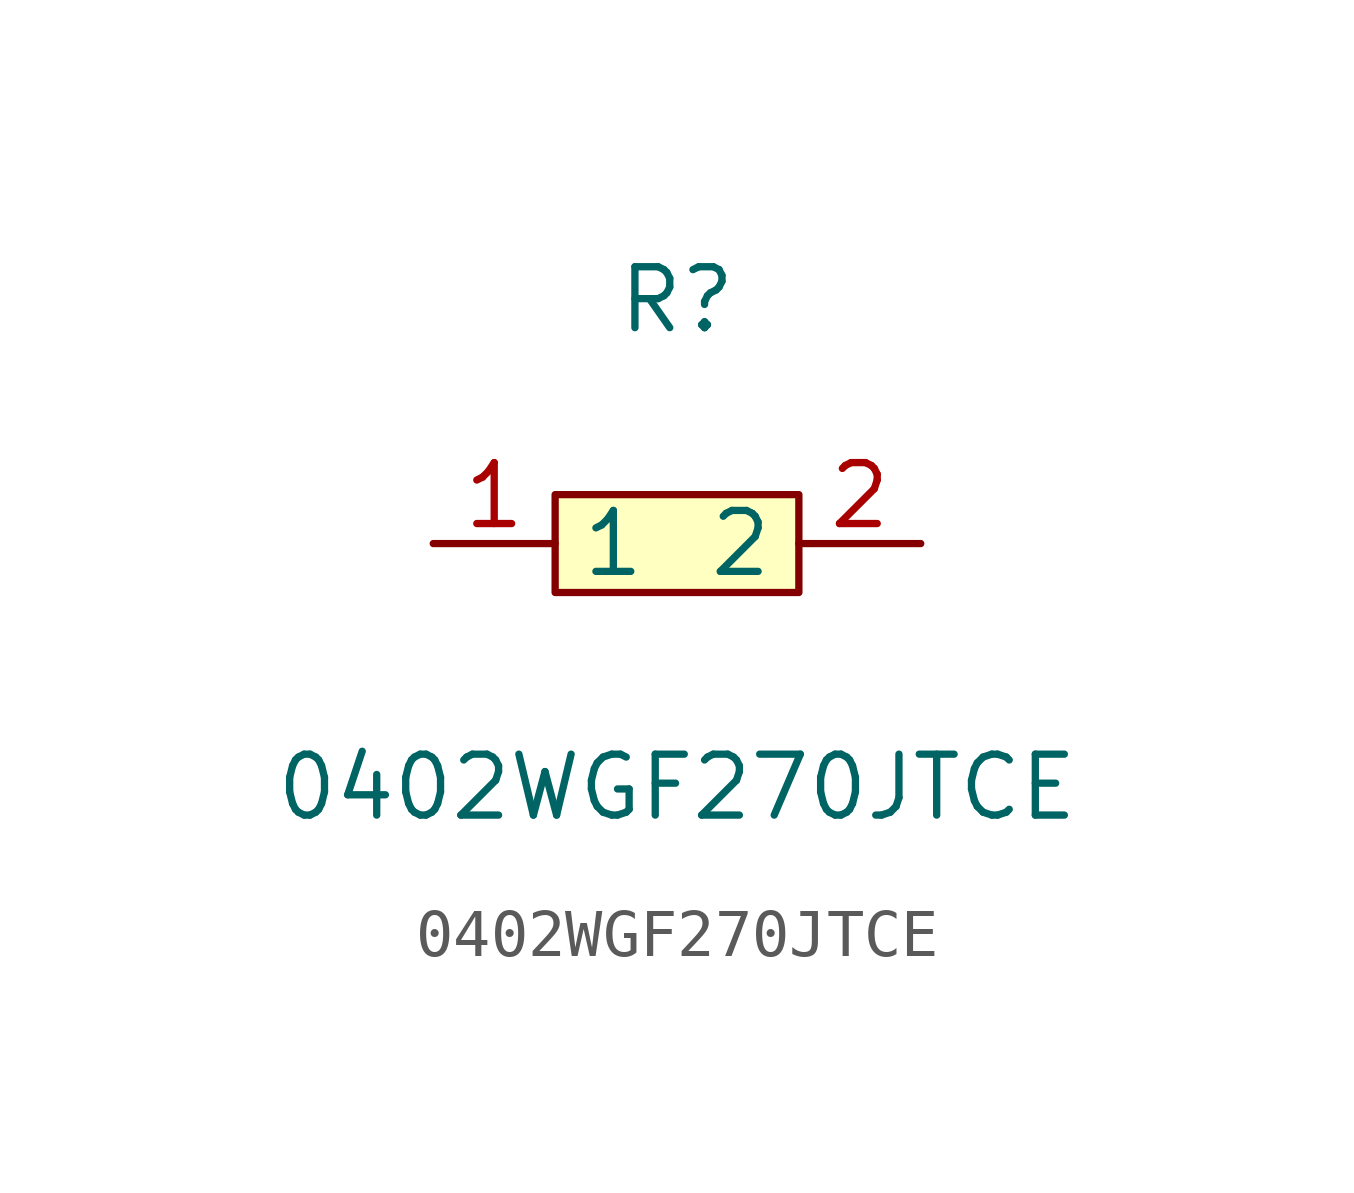
<source format=kicad_sym>
(kicad_symbol_lib
  (version 1)
  (generator "faebryk")
  (symbol "0402WGF270JTCE"
    (property "Reference" "R"
      (at 0 5.08 0)
      (effects (font (size 1.27 1.27)) (hide no)))
    (property "Value" "0402WGF270JTCE"
      (at 0 -5.08 0)
      (effects (font (size 1.27 1.27)) (hide no)))
    (symbol "0402WGF270JTCE_0_1"
      (rectangle (start -2.54 1.02) (end 2.54 -1.02) (stroke (width 0) (type default) (color 0 0 0 0)) (fill (type background)))
      (pin input line (at 5.08 0 180) (length 2.54) (name "2" (effects (font (size 1.27 1.27)) (hide no))) (number "2" (effects (font (size 1.27 1.27)) (hide no))))
      (pin input line (at -5.08 0 0) (length 2.54) (name "1" (effects (font (size 1.27 1.27)) (hide no))) (number "1" (effects (font (size 1.27 1.27)) (hide no)))))))
</source>
